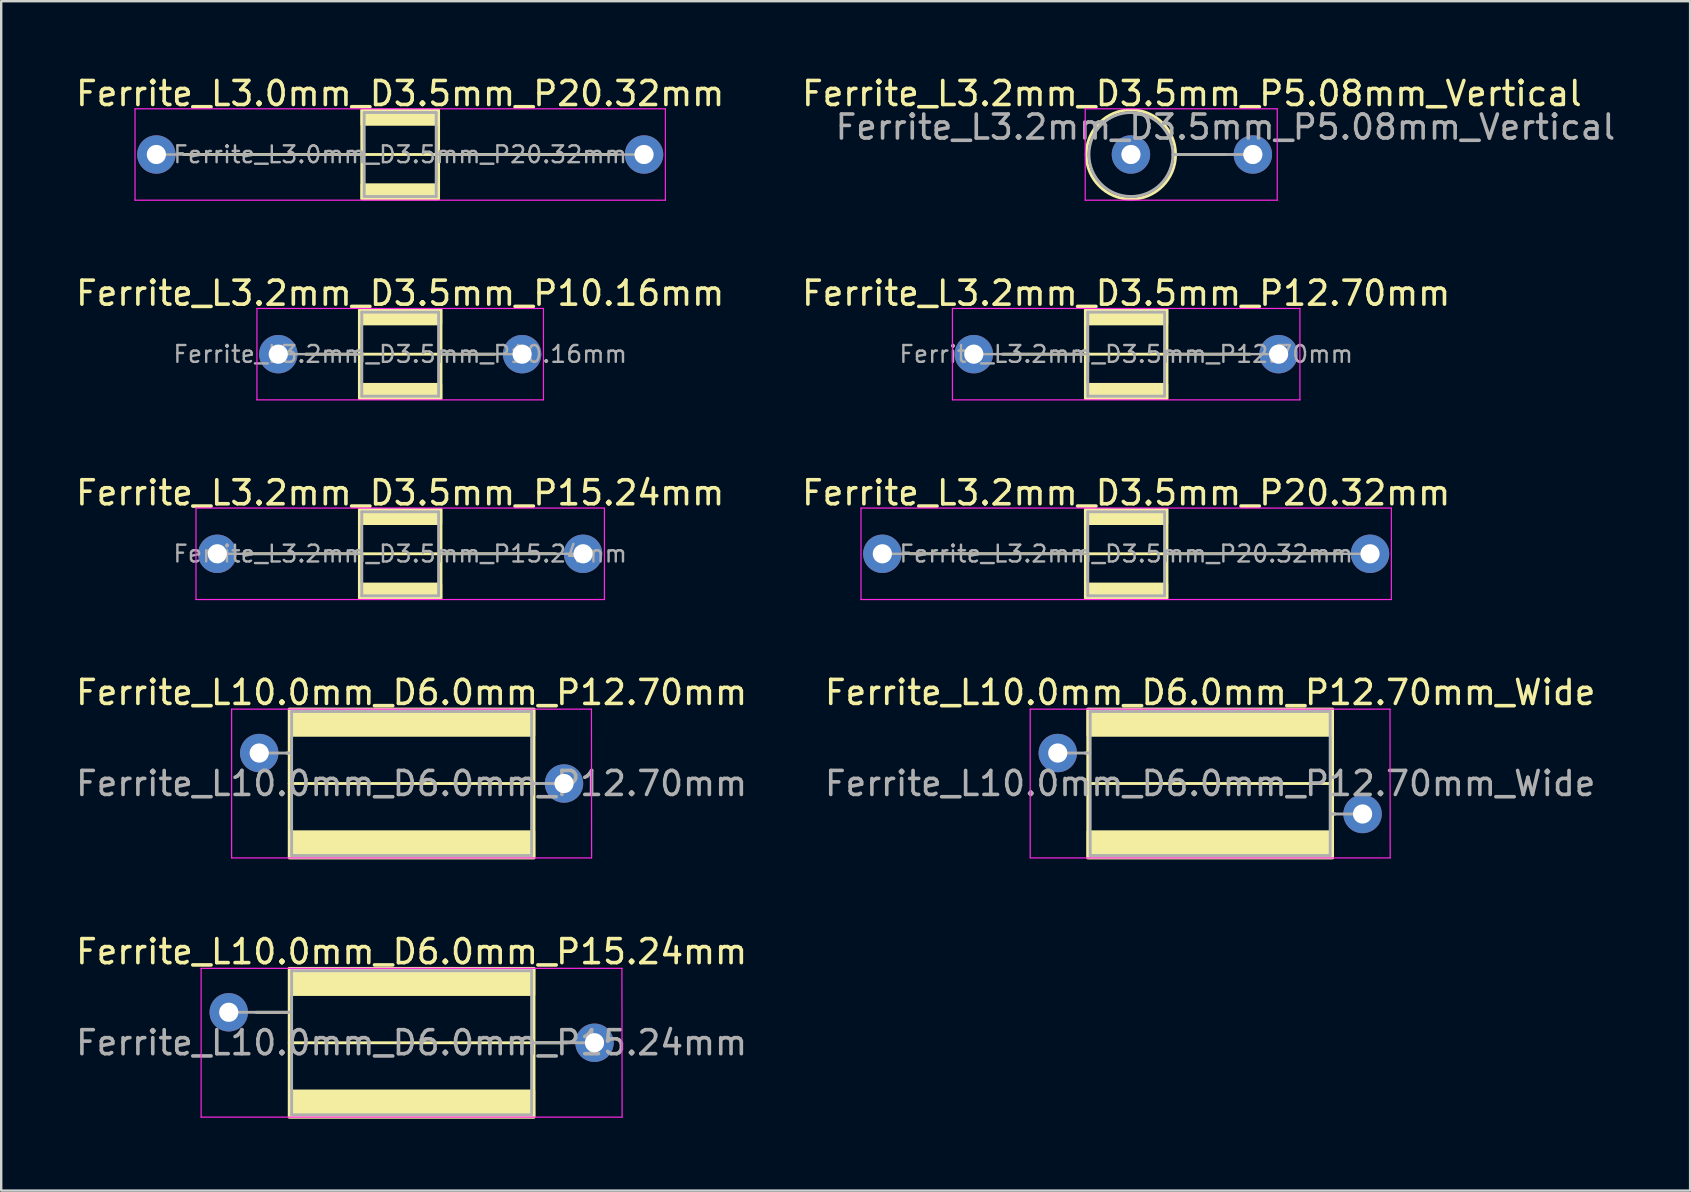
<source format=kicad_pcb>
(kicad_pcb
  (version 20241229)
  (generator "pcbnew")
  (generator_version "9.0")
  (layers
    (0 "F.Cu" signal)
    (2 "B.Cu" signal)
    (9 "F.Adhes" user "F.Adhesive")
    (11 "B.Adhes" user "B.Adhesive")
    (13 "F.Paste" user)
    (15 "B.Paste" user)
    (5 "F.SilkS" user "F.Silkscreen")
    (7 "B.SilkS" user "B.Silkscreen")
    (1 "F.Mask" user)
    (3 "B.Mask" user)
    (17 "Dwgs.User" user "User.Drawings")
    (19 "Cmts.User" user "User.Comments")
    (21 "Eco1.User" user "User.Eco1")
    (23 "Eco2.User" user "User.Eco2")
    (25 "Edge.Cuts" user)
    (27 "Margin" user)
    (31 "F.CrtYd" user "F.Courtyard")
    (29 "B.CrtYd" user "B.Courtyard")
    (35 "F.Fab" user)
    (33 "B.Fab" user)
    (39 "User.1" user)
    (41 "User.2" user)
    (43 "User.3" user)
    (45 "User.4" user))
  (footprint "Ferrite_L10.0mm_D6.0mm_P15.24mm"
    (layer "F.Cu")
    (at 6.481 39.129)
    (property "Reference" "Ferrite_L10.0mm_D6.0mm_P15.24mm" (at 7.62 -2.524 0) (layer "F.SilkS") (effects (font (size 1 1) (thickness 0.15))))
    (fp_line (start 1.143 0) (end 2.52 0) (stroke (width 0.12) (type solid)) (layer "F.SilkS"))
    (fp_line (start 9.234 1.27) (end 2.52 1.27) (stroke (width 0.12) (type solid)) (layer "F.SilkS"))
    (fp_line (start 9.234 1.27) (end 12.573 1.27) (stroke (width 0.12) (type solid)) (layer "F.SilkS"))
    (fp_line (start 14.097 1.27) (end 12.636 1.27) (stroke (width 0.12) (type solid)) (layer "F.SilkS"))
    (fp_rect (start 2.52 -1.83) (end 12.72 4.37) (stroke (width 0.12) (type solid)) (fill no) (layer "F.SilkS"))
    (fp_poly (pts (xy 12.72 -0.73) (xy 2.52 -0.73) (xy 2.52 -1.83) (xy 12.72 -1.83)) (stroke (width 0.1) (type solid)) (fill yes) (layer "F.SilkS"))
    (fp_poly (pts (xy 12.72 4.37) (xy 2.52 4.37) (xy 2.52 3.27) (xy 12.72 3.27)) (stroke (width 0.1) (type solid)) (fill yes) (layer "F.SilkS"))
    (fp_line (start -1.15 -1.83) (end 16.383 -1.83) (stroke (width 0.05) (type solid)) (layer "F.CrtYd"))
    (fp_line (start -1.15 4.37) (end -1.15 -1.83) (stroke (width 0.05) (type solid)) (layer "F.CrtYd"))
    (fp_line (start 16.383 -1.83) (end 16.39 4.37) (stroke (width 0.05) (type solid)) (layer "F.CrtYd"))
    (fp_line (start 16.39 4.37) (end -1.15 4.37) (stroke (width 0.05) (type solid)) (layer "F.CrtYd"))
    (fp_line (start 0 0) (end 2.603 0) (stroke (width 0.12) (type solid)) (layer "F.Fab"))
    (fp_line (start 2.62 -1.73) (end 2.62 4.27) (stroke (width 0.12) (type solid)) (layer "F.Fab"))
    (fp_line (start 12.62 -1.73) (end 2.62 -1.73) (stroke (width 0.12) (type solid)) (layer "F.Fab"))
    (fp_line (start 12.62 -1.73) (end 12.62 4.27) (stroke (width 0.12) (type solid)) (layer "F.Fab"))
    (fp_line (start 12.62 4.27) (end 2.62 4.27) (stroke (width 0.12) (type solid)) (layer "F.Fab"))
    (fp_line (start 15.24 1.27) (end 12.636 1.27) (stroke (width 0.12) (type solid)) (layer "F.Fab"))
    (fp_text user "${REFERENCE}" (at 7.62 1.27 0) (layer "F.Fab") (effects (font (size 1 1) (thickness 0.15))))
    (pad "1" thru_hole circle (at 0 0) (size 1.6 1.6) (drill 0.8) (layers "*.Cu" "*.Mask"))
    (pad "2" thru_hole circle (at 15.24 1.27) (size 1.6 1.6) (drill 0.8) (layers "*.Cu" "*.Mask")))
  (footprint "Ferrite_L10.0mm_D6.0mm_P12.70mm"
    (layer "F.Cu")
    (at 7.751 28.327)
    (property "Reference" "Ferrite_L10.0mm_D6.0mm_P12.70mm" (at 6.35 -2.524 0) (layer "F.SilkS") (effects (font (size 1 1) (thickness 0.15))))
    (fp_line (start 1.143 0) (end 1.25 0) (stroke (width 0.12) (type solid)) (layer "F.SilkS"))
    (fp_line (start 7.964 1.27) (end 1.25 1.27) (stroke (width 0.12) (type solid)) (layer "F.SilkS"))
    (fp_line (start 7.964 1.27) (end 11.303 1.27) (stroke (width 0.12) (type solid)) (layer "F.SilkS"))
    (fp_line (start 11.557 1.27) (end 11.367 1.27) (stroke (width 0.12) (type solid)) (layer "F.SilkS"))
    (fp_rect (start 1.25 -1.83) (end 11.45 4.37) (stroke (width 0.12) (type solid)) (fill no) (layer "F.SilkS"))
    (fp_poly (pts (xy 11.45 -0.73) (xy 1.25 -0.73) (xy 1.25 -1.83) (xy 11.45 -1.83)) (stroke (width 0.1) (type solid)) (fill yes) (layer "F.SilkS"))
    (fp_poly (pts (xy 11.45 4.37) (xy 1.25 4.37) (xy 1.25 3.27) (xy 11.45 3.27)) (stroke (width 0.1) (type solid)) (fill yes) (layer "F.SilkS"))
    (fp_line (start -1.15 4.37) (end -1.15 -1.83) (stroke (width 0.05) (type solid)) (layer "F.CrtYd"))
    (fp_line (start -1.143 -1.83) (end 13.843 -1.83) (stroke (width 0.05) (type solid)) (layer "F.CrtYd"))
    (fp_line (start 13.843 -1.83) (end 13.85 4.37) (stroke (width 0.05) (type solid)) (layer "F.CrtYd"))
    (fp_line (start 13.843 4.37) (end -1.143 4.37) (stroke (width 0.05) (type solid)) (layer "F.CrtYd"))
    (fp_line (start 0 0) (end 1.333 0) (stroke (width 0.12) (type solid)) (layer "F.Fab"))
    (fp_line (start 1.35 -1.73) (end 1.35 4.27) (stroke (width 0.12) (type solid)) (layer "F.Fab"))
    (fp_line (start 11.35 -1.73) (end 1.35 -1.73) (stroke (width 0.12) (type solid)) (layer "F.Fab"))
    (fp_line (start 11.35 -1.73) (end 11.35 4.27) (stroke (width 0.12) (type solid)) (layer "F.Fab"))
    (fp_line (start 11.35 4.27) (end 1.35 4.27) (stroke (width 0.12) (type solid)) (layer "F.Fab"))
    (fp_line (start 12.7 1.27) (end 11.367 1.27) (stroke (width 0.12) (type solid)) (layer "F.Fab"))
    (fp_text user "${REFERENCE}" (at 6.35 1.27 0) (layer "F.Fab") (effects (font (size 1 1) (thickness 0.15))))
    (pad "1" thru_hole circle (at 0 0) (size 1.6 1.6) (drill 0.8) (layers "*.Cu" "*.Mask"))
    (pad "2" thru_hole circle (at 12.7 1.27) (size 1.6 1.6) (drill 0.8) (layers "*.Cu" "*.Mask")))
  (footprint "Ferrite_L3.2mm_D3.5mm_P20.32mm"
    (layer "F.Cu")
    (at 33.715 20.025)
    (property "Reference" "Ferrite_L3.2mm_D3.5mm_P20.32mm" (at 10.16 -2.54 0) (layer "F.SilkS") (effects (font (size 1 1) (thickness 0.15))))
    (fp_line (start 19.177 0) (end 1.143 0) (stroke (width 0.12) (type solid)) (layer "F.SilkS"))
    (fp_rect (start 8.46 -1.85) (end 11.86 1.85) (stroke (width 0.12) (type solid)) (fill no) (layer "F.SilkS"))
    (fp_poly (pts (xy 11.86 -1.25) (xy 8.46 -1.25) (xy 8.46 -1.85) (xy 11.86 -1.85)) (stroke (width 0.1) (type solid)) (fill yes) (layer "F.SilkS"))
    (fp_poly (pts (xy 11.86 1.85) (xy 8.46 1.85) (xy 8.46 1.25) (xy 11.86 1.25)) (stroke (width 0.1) (type solid)) (fill yes) (layer "F.SilkS"))
    (fp_line (start -0.889 -1.905) (end 21.209 -1.905) (stroke (width 0.05) (type solid)) (layer "F.CrtYd"))
    (fp_line (start -0.889 1.905) (end -0.889 -1.905) (stroke (width 0.05) (type solid)) (layer "F.CrtYd"))
    (fp_line (start 21.209 -1.905) (end 21.209 1.905) (stroke (width 0.05) (type solid)) (layer "F.CrtYd"))
    (fp_line (start 21.209 1.905) (end -0.889 1.905) (stroke (width 0.05) (type solid)) (layer "F.CrtYd"))
    (fp_line (start 0 0) (end 8.56 0) (stroke (width 0.1) (type solid)) (layer "F.Fab"))
    (fp_line (start 8.56 -1.75) (end 8.56 1.75) (stroke (width 0.12) (type solid)) (layer "F.Fab"))
    (fp_line (start 8.56 1.75) (end 11.76 1.75) (stroke (width 0.12) (type solid)) (layer "F.Fab"))
    (fp_line (start 11.76 -1.75) (end 8.56 -1.75) (stroke (width 0.12) (type solid)) (layer "F.Fab"))
    (fp_line (start 11.76 1.75) (end 11.76 -1.75) (stroke (width 0.12) (type solid)) (layer "F.Fab"))
    (fp_line (start 20.32 0) (end 11.76 0) (stroke (width 0.1) (type solid)) (layer "F.Fab"))
    (fp_text user "${REFERENCE}" (at 10.16 0 0) (layer "F.Fab") (effects (font (size 0.7 0.7) (thickness 0.1))))
    (pad "1" thru_hole circle (at 0 0) (size 1.6 1.6) (drill 0.8) (layers "*.Cu" "*.Mask"))
    (pad "2" thru_hole circle (at 20.32 0) (size 1.6 1.6) (drill 0.8) (layers "*.Cu" "*.Mask")))
  (footprint "Ferrite_L3.0mm_D3.5mm_P20.32mm"
    (layer "F.Cu")
    (at 3.465 3.388)
    (property "Reference" "Ferrite_L3.0mm_D3.5mm_P20.32mm" (at 10.16 -2.54 0) (layer "F.SilkS") (effects (font (size 1 1) (thickness 0.15))))
    (fp_line (start 19.177 0) (end 1.143 0) (stroke (width 0.12) (type solid)) (layer "F.SilkS"))
    (fp_rect (start 8.56 -1.85) (end 11.76 1.85) (stroke (width 0.12) (type solid)) (fill no) (layer "F.SilkS"))
    (fp_poly (pts (xy 11.76 -1.25) (xy 8.56 -1.25) (xy 8.56 -1.85) (xy 11.76 -1.85)) (stroke (width 0.1) (type solid)) (fill yes) (layer "F.SilkS"))
    (fp_poly (pts (xy 11.76 1.85) (xy 8.56 1.85) (xy 8.56 1.25) (xy 11.76 1.25)) (stroke (width 0.1) (type solid)) (fill yes) (layer "F.SilkS"))
    (fp_line (start -0.889 -1.905) (end 21.209 -1.905) (stroke (width 0.05) (type solid)) (layer "F.CrtYd"))
    (fp_line (start -0.889 1.905) (end -0.889 -1.905) (stroke (width 0.05) (type solid)) (layer "F.CrtYd"))
    (fp_line (start 21.209 -1.905) (end 21.209 1.905) (stroke (width 0.05) (type solid)) (layer "F.CrtYd"))
    (fp_line (start 21.209 1.905) (end -0.889 1.905) (stroke (width 0.05) (type solid)) (layer "F.CrtYd"))
    (fp_line (start 0 0) (end 8.66 0) (stroke (width 0.1) (type solid)) (layer "F.Fab"))
    (fp_line (start 8.66 -1.75) (end 8.66 1.75) (stroke (width 0.12) (type solid)) (layer "F.Fab"))
    (fp_line (start 8.66 1.75) (end 11.66 1.75) (stroke (width 0.12) (type solid)) (layer "F.Fab"))
    (fp_line (start 11.66 -1.75) (end 8.66 -1.75) (stroke (width 0.12) (type solid)) (layer "F.Fab"))
    (fp_line (start 11.66 1.75) (end 11.66 -1.75) (stroke (width 0.12) (type solid)) (layer "F.Fab"))
    (fp_line (start 20.32 0) (end 11.66 0) (stroke (width 0.1) (type solid)) (layer "F.Fab"))
    (fp_text user "${REFERENCE}" (at 10.16 0 0) (layer "F.Fab") (effects (font (size 0.7 0.7) (thickness 0.1))))
    (pad "1" thru_hole circle (at 0 0) (size 1.6 1.6) (drill 0.8) (layers "*.Cu" "*.Mask"))
    (pad "2" thru_hole circle (at 20.32 0) (size 1.6 1.6) (drill 0.8) (layers "*.Cu" "*.Mask")))
  (footprint "Ferrite_L10.0mm_D6.0mm_P12.70mm_Wide"
    (layer "F.Cu")
    (at 41.025 28.327)
    (property "Reference" "Ferrite_L10.0mm_D6.0mm_P12.70mm_Wide" (at 6.35 -2.524 0) (layer "F.SilkS") (effects (font (size 1 1) (thickness 0.15))))
    (fp_line (start 1.143 0) (end 1.25 0) (stroke (width 0.12) (type solid)) (layer "F.SilkS"))
    (fp_line (start 7.964 1.27) (end 1.25 1.27) (stroke (width 0.12) (type solid)) (layer "F.SilkS"))
    (fp_line (start 7.964 1.27) (end 11.45 1.27) (stroke (width 0.12) (type solid)) (layer "F.SilkS"))
    (fp_line (start 11.557 2.54) (end 11.45 2.54) (stroke (width 0.12) (type solid)) (layer "F.SilkS"))
    (fp_rect (start 1.25 -1.83) (end 11.45 4.37) (stroke (width 0.12) (type solid)) (fill no) (layer "F.SilkS"))
    (fp_poly (pts (xy 11.45 -0.73) (xy 1.25 -0.73) (xy 1.25 -1.83) (xy 11.45 -1.83)) (stroke (width 0.1) (type solid)) (fill yes) (layer "F.SilkS"))
    (fp_poly (pts (xy 11.45 4.37) (xy 1.25 4.37) (xy 1.25 3.27) (xy 11.45 3.27)) (stroke (width 0.1) (type solid)) (fill yes) (layer "F.SilkS"))
    (fp_line (start -1.15 4.37) (end -1.15 -1.83) (stroke (width 0.05) (type solid)) (layer "F.CrtYd"))
    (fp_line (start -1.143 -1.83) (end 13.843 -1.83) (stroke (width 0.05) (type solid)) (layer "F.CrtYd"))
    (fp_line (start 13.843 -1.83) (end 13.85 4.37) (stroke (width 0.05) (type solid)) (layer "F.CrtYd"))
    (fp_line (start 13.843 4.37) (end -1.143 4.37) (stroke (width 0.05) (type solid)) (layer "F.CrtYd"))
    (fp_line (start 0 0) (end 1.333 0) (stroke (width 0.12) (type solid)) (layer "F.Fab"))
    (fp_line (start 1.35 -1.73) (end 1.35 4.27) (stroke (width 0.12) (type solid)) (layer "F.Fab"))
    (fp_line (start 11.35 -1.73) (end 1.35 -1.73) (stroke (width 0.12) (type solid)) (layer "F.Fab"))
    (fp_line (start 11.35 -1.73) (end 11.35 4.27) (stroke (width 0.12) (type solid)) (layer "F.Fab"))
    (fp_line (start 11.35 4.27) (end 1.35 4.27) (stroke (width 0.12) (type solid)) (layer "F.Fab"))
    (fp_line (start 12.7 2.54) (end 11.367 2.54) (stroke (width 0.12) (type solid)) (layer "F.Fab"))
    (fp_text user "${REFERENCE}" (at 6.35 1.27 0) (layer "F.Fab") (effects (font (size 1 1) (thickness 0.15))))
    (pad "1" thru_hole circle (at 0 0) (size 1.6 1.6) (drill 0.8) (layers "*.Cu" "*.Mask"))
    (pad "2" thru_hole circle (at 12.7 2.54) (size 1.6 1.6) (drill 0.8) (layers "*.Cu" "*.Mask")))
  (footprint "Ferrite_L3.2mm_D3.5mm_P5.08mm_Vertical"
    (layer "F.Cu")
    (at 44.073 3.388)
    (property "Reference" "Ferrite_L3.2mm_D3.5mm_P5.08mm_Vertical" (at 2.54 -2.54 0) (layer "F.SilkS") (effects (font (size 1 1) (thickness 0.15))))
    (fp_line (start 1.86 0) (end 3.937 0) (stroke (width 0.12) (type solid)) (layer "F.SilkS"))
    (fp_circle (center 0 0) (end -1.86 0) (stroke (width 0.12) (type solid)) (fill no) (layer "F.SilkS"))
    (fp_line (start -1.905 -1.905) (end 6.096 -1.905) (stroke (width 0.05) (type solid)) (layer "F.CrtYd"))
    (fp_line (start -1.905 1.905) (end -1.905 -1.905) (stroke (width 0.05) (type solid)) (layer "F.CrtYd"))
    (fp_line (start 6.096 -1.905) (end 6.096 1.905) (stroke (width 0.05) (type solid)) (layer "F.CrtYd"))
    (fp_line (start 6.096 1.905) (end -1.905 1.905) (stroke (width 0.05) (type solid)) (layer "F.CrtYd"))
    (fp_line (start 1.75 0) (end 5.08 0) (stroke (width 0.12) (type solid)) (layer "F.Fab"))
    (fp_circle (center 0 0) (end -1.75 0) (stroke (width 0.12) (type solid)) (fill no) (layer "F.Fab"))
    (fp_text user "${REFERENCE}" (at 3.937 -1.143 0) (layer "F.Fab") (effects (font (size 1 1) (thickness 0.15))))
    (pad "1" thru_hole circle (at 0 0) (size 1.6 1.6) (drill 0.8) (layers "*.Cu" "*.Mask"))
    (pad "2" thru_hole circle (at 5.08 0) (size 1.6 1.6) (drill 0.8) (layers "*.Cu" "*.Mask")))
  (footprint "Ferrite_L3.2mm_D3.5mm_P10.16mm"
    (layer "F.Cu")
    (at 8.545 11.707)
    (property "Reference" "Ferrite_L3.2mm_D3.5mm_P10.16mm" (at 5.08 -2.54 0) (layer "F.SilkS") (effects (font (size 1 1) (thickness 0.15))))
    (fp_line (start 9.017 0) (end 1.143 0) (stroke (width 0.12) (type solid)) (layer "F.SilkS"))
    (fp_rect (start 3.38 -1.85) (end 6.78 1.85) (stroke (width 0.12) (type solid)) (fill no) (layer "F.SilkS"))
    (fp_poly (pts (xy 6.78 -1.25) (xy 3.38 -1.25) (xy 3.38 -1.85) (xy 6.78 -1.85)) (stroke (width 0.1) (type solid)) (fill yes) (layer "F.SilkS"))
    (fp_poly (pts (xy 6.78 1.85) (xy 3.38 1.85) (xy 3.38 1.25) (xy 6.78 1.25)) (stroke (width 0.1) (type solid)) (fill yes) (layer "F.SilkS"))
    (fp_line (start -0.889 -1.905) (end 11.049 -1.905) (stroke (width 0.05) (type solid)) (layer "F.CrtYd"))
    (fp_line (start -0.889 1.905) (end -0.889 -1.905) (stroke (width 0.05) (type solid)) (layer "F.CrtYd"))
    (fp_line (start 11.049 -1.905) (end 11.049 1.905) (stroke (width 0.05) (type solid)) (layer "F.CrtYd"))
    (fp_line (start 11.049 1.905) (end -0.889 1.905) (stroke (width 0.05) (type solid)) (layer "F.CrtYd"))
    (fp_line (start 0 0) (end 3.48 0) (stroke (width 0.1) (type solid)) (layer "F.Fab"))
    (fp_line (start 3.48 -1.75) (end 3.48 1.75) (stroke (width 0.12) (type solid)) (layer "F.Fab"))
    (fp_line (start 3.48 1.75) (end 6.68 1.75) (stroke (width 0.12) (type solid)) (layer "F.Fab"))
    (fp_line (start 6.68 -1.75) (end 3.48 -1.75) (stroke (width 0.12) (type solid)) (layer "F.Fab"))
    (fp_line (start 6.68 1.75) (end 6.68 -1.75) (stroke (width 0.12) (type solid)) (layer "F.Fab"))
    (fp_line (start 10.16 0) (end 6.68 0) (stroke (width 0.1) (type solid)) (layer "F.Fab"))
    (fp_text user "${REFERENCE}" (at 5.08 0 0) (layer "F.Fab") (effects (font (size 0.7 0.7) (thickness 0.1))))
    (pad "1" thru_hole circle (at 0 0) (size 1.6 1.6) (drill 0.8) (layers "*.Cu" "*.Mask"))
    (pad "2" thru_hole circle (at 10.16 0) (size 1.6 1.6) (drill 0.8) (layers "*.Cu" "*.Mask")))
  (footprint "Ferrite_L3.2mm_D3.5mm_P15.24mm"
    (layer "F.Cu")
    (at 6.005 20.025)
    (property "Reference" "Ferrite_L3.2mm_D3.5mm_P15.24mm" (at 7.62 -2.54 0) (layer "F.SilkS") (effects (font (size 1 1) (thickness 0.15))))
    (fp_line (start 14.097 0) (end 1.143 0) (stroke (width 0.12) (type solid)) (layer "F.SilkS"))
    (fp_rect (start 5.92 -1.85) (end 9.32 1.85) (stroke (width 0.12) (type solid)) (fill no) (layer "F.SilkS"))
    (fp_poly (pts (xy 9.32 -1.25) (xy 5.92 -1.25) (xy 5.92 -1.85) (xy 9.32 -1.85)) (stroke (width 0.1) (type solid)) (fill yes) (layer "F.SilkS"))
    (fp_poly (pts (xy 9.32 1.85) (xy 5.92 1.85) (xy 5.92 1.25) (xy 9.32 1.25)) (stroke (width 0.1) (type solid)) (fill yes) (layer "F.SilkS"))
    (fp_line (start -0.889 -1.905) (end 16.129 -1.905) (stroke (width 0.05) (type solid)) (layer "F.CrtYd"))
    (fp_line (start -0.889 1.905) (end -0.889 -1.905) (stroke (width 0.05) (type solid)) (layer "F.CrtYd"))
    (fp_line (start 16.129 -1.905) (end 16.129 1.905) (stroke (width 0.05) (type solid)) (layer "F.CrtYd"))
    (fp_line (start 16.129 1.905) (end -0.889 1.905) (stroke (width 0.05) (type solid)) (layer "F.CrtYd"))
    (fp_line (start 0 0) (end 6.02 0) (stroke (width 0.1) (type solid)) (layer "F.Fab"))
    (fp_line (start 6.02 -1.75) (end 6.02 1.75) (stroke (width 0.12) (type solid)) (layer "F.Fab"))
    (fp_line (start 6.02 1.75) (end 9.22 1.75) (stroke (width 0.12) (type solid)) (layer "F.Fab"))
    (fp_line (start 9.22 -1.75) (end 6.02 -1.75) (stroke (width 0.12) (type solid)) (layer "F.Fab"))
    (fp_line (start 9.22 1.75) (end 9.22 -1.75) (stroke (width 0.12) (type solid)) (layer "F.Fab"))
    (fp_line (start 15.24 0) (end 9.22 0) (stroke (width 0.1) (type solid)) (layer "F.Fab"))
    (fp_text user "${REFERENCE}" (at 7.62 0 0) (layer "F.Fab") (effects (font (size 0.7 0.7) (thickness 0.1))))
    (pad "1" thru_hole circle (at 0 0) (size 1.6 1.6) (drill 0.8) (layers "*.Cu" "*.Mask"))
    (pad "2" thru_hole circle (at 15.24 0) (size 1.6 1.6) (drill 0.8) (layers "*.Cu" "*.Mask")))
  (footprint "Ferrite_L3.2mm_D3.5mm_P12.70mm"
    (layer "F.Cu")
    (at 37.525 11.707)
    (property "Reference" "Ferrite_L3.2mm_D3.5mm_P12.70mm" (at 6.35 -2.54 0) (layer "F.SilkS") (effects (font (size 1 1) (thickness 0.15))))
    (fp_line (start 11.5 0) (end 1.2 0) (stroke (width 0.12) (type solid)) (layer "F.SilkS"))
    (fp_rect (start 4.65 -1.85) (end 8.05 1.85) (stroke (width 0.12) (type solid)) (fill no) (layer "F.SilkS"))
    (fp_poly (pts (xy 8.05 -1.25) (xy 4.65 -1.25) (xy 4.65 -1.85) (xy 8.05 -1.85)) (stroke (width 0.1) (type solid)) (fill yes) (layer "F.SilkS"))
    (fp_poly (pts (xy 8.05 1.85) (xy 4.65 1.85) (xy 4.65 1.25) (xy 8.05 1.25)) (stroke (width 0.1) (type solid)) (fill yes) (layer "F.SilkS"))
    (fp_line (start -0.889 -1.905) (end 13.589 -1.905) (stroke (width 0.05) (type solid)) (layer "F.CrtYd"))
    (fp_line (start -0.889 1.905) (end -0.889 -1.905) (stroke (width 0.05) (type solid)) (layer "F.CrtYd"))
    (fp_line (start 13.589 -1.905) (end 13.589 1.905) (stroke (width 0.05) (type solid)) (layer "F.CrtYd"))
    (fp_line (start 13.589 1.905) (end -0.889 1.905) (stroke (width 0.05) (type solid)) (layer "F.CrtYd"))
    (fp_line (start 0 0) (end 4.75 0) (stroke (width 0.1) (type solid)) (layer "F.Fab"))
    (fp_line (start 4.75 -1.75) (end 4.75 1.75) (stroke (width 0.12) (type solid)) (layer "F.Fab"))
    (fp_line (start 4.75 1.75) (end 7.95 1.75) (stroke (width 0.12) (type solid)) (layer "F.Fab"))
    (fp_line (start 7.95 -1.75) (end 4.75 -1.75) (stroke (width 0.12) (type solid)) (layer "F.Fab"))
    (fp_line (start 7.95 1.75) (end 7.95 -1.75) (stroke (width 0.12) (type solid)) (layer "F.Fab"))
    (fp_line (start 12.7 0) (end 7.95 0) (stroke (width 0.1) (type solid)) (layer "F.Fab"))
    (fp_text user "${REFERENCE}" (at 6.35 0 0) (layer "F.Fab") (effects (font (size 0.7 0.7) (thickness 0.1))))
    (pad "1" thru_hole circle (at 0 0) (size 1.6 1.6) (drill 0.8) (layers "*.Cu" "*.Mask"))
    (pad "2" thru_hole circle (at 12.7 0) (size 1.6 1.6) (drill 0.8) (layers "*.Cu" "*.Mask")))
  (gr_rect
    (start -3 -3)
    (end 67.373 46.559)
    (stroke (width 0.1) (type default))
    (fill no)
    (layer "Edge.Cuts")))
</source>
